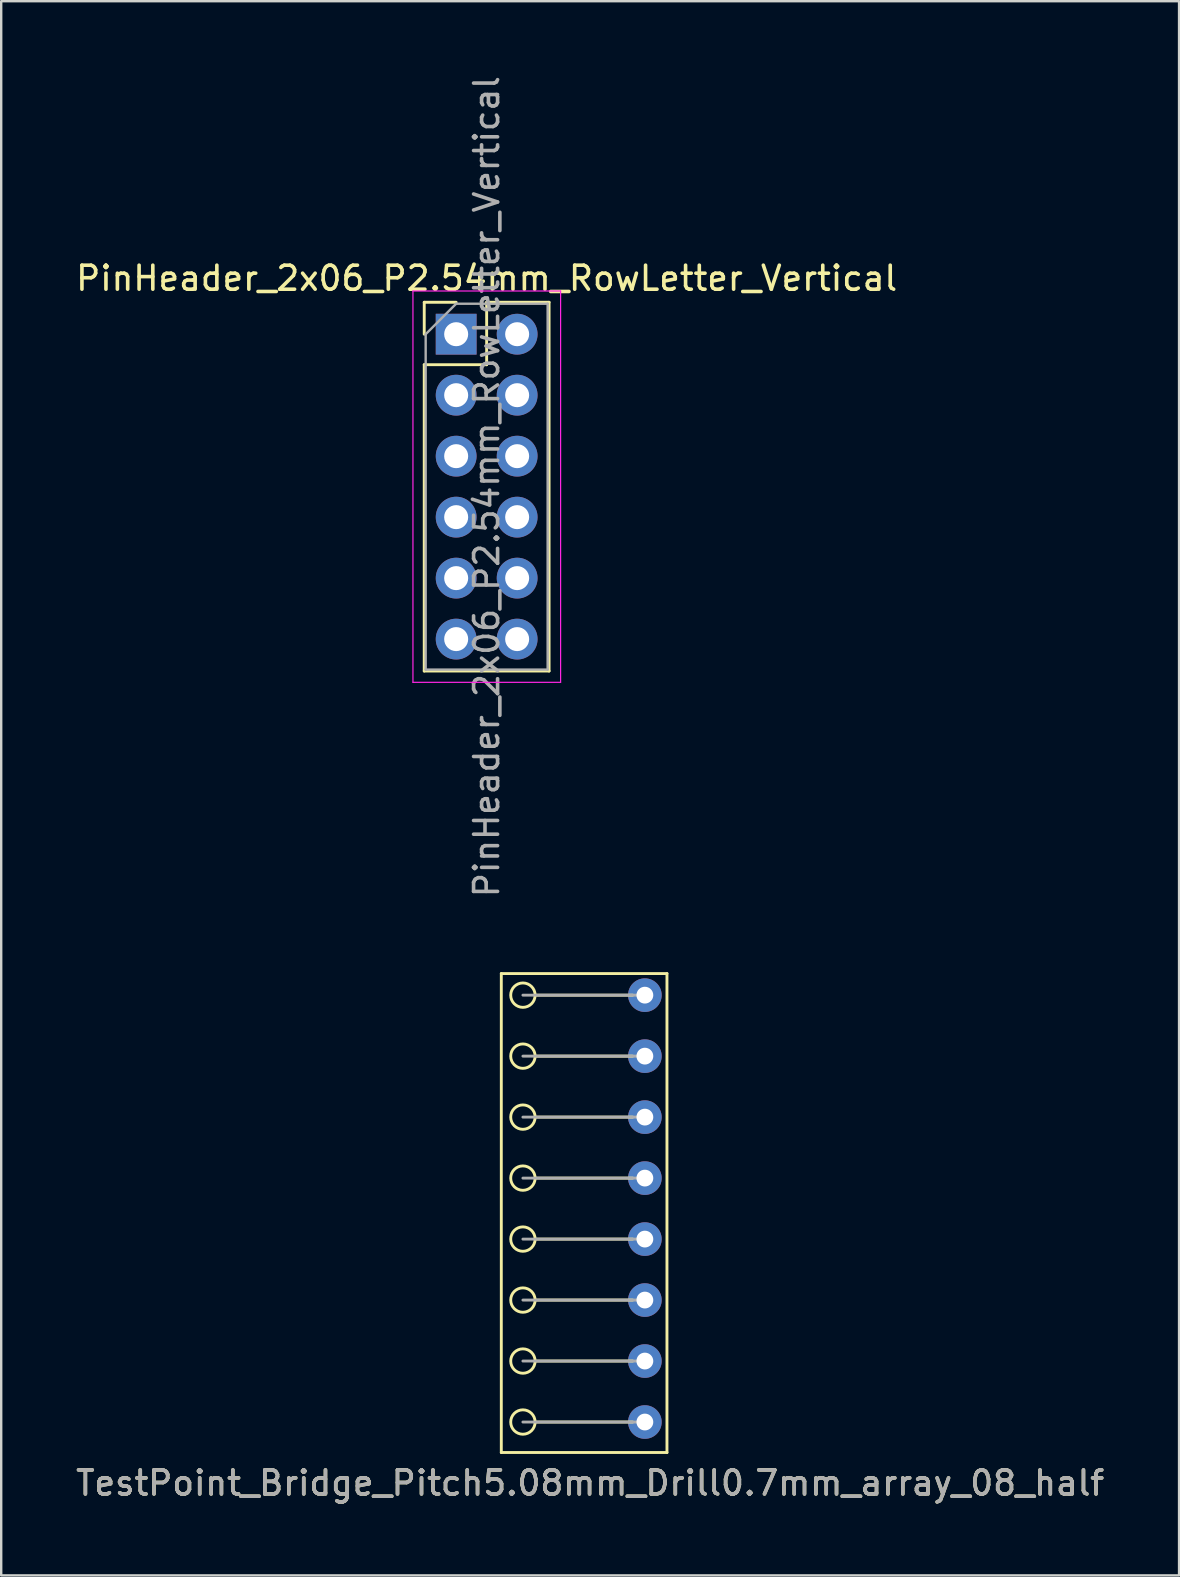
<source format=kicad_pcb>
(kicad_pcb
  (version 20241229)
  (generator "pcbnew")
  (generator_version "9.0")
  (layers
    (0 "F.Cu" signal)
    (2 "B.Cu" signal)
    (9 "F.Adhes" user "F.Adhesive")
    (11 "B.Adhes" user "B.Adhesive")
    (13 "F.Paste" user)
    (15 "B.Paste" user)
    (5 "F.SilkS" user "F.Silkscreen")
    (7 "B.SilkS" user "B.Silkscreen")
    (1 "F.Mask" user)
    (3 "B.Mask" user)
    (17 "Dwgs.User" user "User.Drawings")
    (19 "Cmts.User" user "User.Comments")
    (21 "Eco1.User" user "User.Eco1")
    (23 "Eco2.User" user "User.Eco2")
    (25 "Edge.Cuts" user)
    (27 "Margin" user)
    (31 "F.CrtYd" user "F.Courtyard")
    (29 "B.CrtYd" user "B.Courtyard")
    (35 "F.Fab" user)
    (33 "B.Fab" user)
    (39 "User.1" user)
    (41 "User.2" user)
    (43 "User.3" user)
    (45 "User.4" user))
  (footprint "PinHeader_2x06_P2.54mm_RowLetter_Vertical"
    (layer "F.Cu")
    (at 15.95 10.87)
    (property "Reference" "PinHeader_2x06_P2.54mm_RowLetter_Vertical" (at 1.27 -2.33 0) (layer "F.SilkS") (effects (font (size 1 1) (thickness 0.15))))
    (attr through_hole)
    (fp_line (start -1.33 -1.33) (end 0 -1.33) (stroke (width 0.12) (type solid)) (layer "F.SilkS"))
    (fp_line (start -1.33 0) (end -1.33 -1.33) (stroke (width 0.12) (type solid)) (layer "F.SilkS"))
    (fp_line (start -1.33 1.27) (end -1.33 14.03) (stroke (width 0.12) (type solid)) (layer "F.SilkS"))
    (fp_line (start -1.33 1.27) (end 1.27 1.27) (stroke (width 0.12) (type solid)) (layer "F.SilkS"))
    (fp_line (start -1.33 14.03) (end 3.87 14.03) (stroke (width 0.12) (type solid)) (layer "F.SilkS"))
    (fp_line (start 1.27 -1.33) (end 3.87 -1.33) (stroke (width 0.12) (type solid)) (layer "F.SilkS"))
    (fp_line (start 1.27 1.27) (end 1.27 -1.33) (stroke (width 0.12) (type solid)) (layer "F.SilkS"))
    (fp_line (start 3.87 -1.33) (end 3.87 14.03) (stroke (width 0.12) (type solid)) (layer "F.SilkS"))
    (fp_line (start -1.8 -1.8) (end -1.8 14.5) (stroke (width 0.05) (type solid)) (layer "F.CrtYd"))
    (fp_line (start -1.8 14.5) (end 4.35 14.5) (stroke (width 0.05) (type solid)) (layer "F.CrtYd"))
    (fp_line (start 4.35 -1.8) (end -1.8 -1.8) (stroke (width 0.05) (type solid)) (layer "F.CrtYd"))
    (fp_line (start 4.35 14.5) (end 4.35 -1.8) (stroke (width 0.05) (type solid)) (layer "F.CrtYd"))
    (fp_line (start -1.27 0) (end 0 -1.27) (stroke (width 0.1) (type solid)) (layer "F.Fab"))
    (fp_line (start -1.27 13.97) (end -1.27 0) (stroke (width 0.1) (type solid)) (layer "F.Fab"))
    (fp_line (start 0 -1.27) (end 3.81 -1.27) (stroke (width 0.1) (type solid)) (layer "F.Fab"))
    (fp_line (start 3.81 -1.27) (end 3.81 13.97) (stroke (width 0.1) (type solid)) (layer "F.Fab"))
    (fp_line (start 3.81 13.97) (end -1.27 13.97) (stroke (width 0.1) (type solid)) (layer "F.Fab"))
    (fp_text user "${REFERENCE}" (at 1.27 6.35 90) (layer "F.Fab") (effects (font (size 1 1) (thickness 0.15))))
    (pad "1a" thru_hole rect (at 0 0) (size 1.7 1.7) (drill 1) (layers "*.Cu" "*.Mask"))
    (pad "1b" thru_hole oval (at 2.54 0) (size 1.7 1.7) (drill 1) (layers "*.Cu" "*.Mask"))
    (pad "2a" thru_hole oval (at 0 2.54) (size 1.7 1.7) (drill 1) (layers "*.Cu" "*.Mask"))
    (pad "2b" thru_hole oval (at 2.54 2.54) (size 1.7 1.7) (drill 1) (layers "*.Cu" "*.Mask"))
    (pad "3a" thru_hole oval (at 0 5.08) (size 1.7 1.7) (drill 1) (layers "*.Cu" "*.Mask"))
    (pad "3b" thru_hole oval (at 2.54 5.08) (size 1.7 1.7) (drill 1) (layers "*.Cu" "*.Mask"))
    (pad "4a" thru_hole oval (at 0 7.62) (size 1.7 1.7) (drill 1) (layers "*.Cu" "*.Mask"))
    (pad "4b" thru_hole oval (at 2.54 7.62) (size 1.7 1.7) (drill 1) (layers "*.Cu" "*.Mask"))
    (pad "5a" thru_hole oval (at 0 10.16) (size 1.7 1.7) (drill 1) (layers "*.Cu" "*.Mask"))
    (pad "5b" thru_hole oval (at 2.54 10.16) (size 1.7 1.7) (drill 1) (layers "*.Cu" "*.Mask"))
    (pad "6a" thru_hole oval (at 0 12.7) (size 1.7 1.7) (drill 1) (layers "*.Cu" "*.Mask"))
    (pad "6b" thru_hole oval (at 2.54 12.7) (size 1.7 1.7) (drill 1) (layers "*.Cu" "*.Mask")))
  (footprint "TestPoint_Bridge_Pitch5.08mm_Drill0.7mm_array_08_half"
    (layer "F.Cu")
    (at 18.73 38.4)
    (property "Reference" "TestPoint_Bridge_Pitch5.08mm_Drill0.7mm_array_08_half" (at 2.8 20.32 0) (layer "F.SilkS") (effects (font (size 1 1) (thickness 0.15))))
    (attr exclude_from_pos_files exclude_from_bom)
    (fp_line (start -0.9 -0.9) (end 6 -0.9) (stroke (width 0.12) (type solid)) (layer "F.SilkS"))
    (fp_line (start -0.9 19.05) (end -0.9 -0.9) (stroke (width 0.12) (type solid)) (layer "F.SilkS"))
    (fp_line (start 0.508 0) (end 4.572 0) (stroke (width 0.12) (type solid)) (layer "F.SilkS"))
    (fp_line (start 0.508 2.54) (end 4.572 2.54) (stroke (width 0.12) (type solid)) (layer "F.SilkS"))
    (fp_line (start 0.508 5.08) (end 4.572 5.08) (stroke (width 0.12) (type solid)) (layer "F.SilkS"))
    (fp_line (start 0.508 7.62) (end 4.572 7.62) (stroke (width 0.12) (type solid)) (layer "F.SilkS"))
    (fp_line (start 0.508 10.16) (end 4.572 10.16) (stroke (width 0.12) (type solid)) (layer "F.SilkS"))
    (fp_line (start 0.508 12.7) (end 4.572 12.7) (stroke (width 0.12) (type solid)) (layer "F.SilkS"))
    (fp_line (start 0.508 15.24) (end 4.572 15.24) (stroke (width 0.12) (type solid)) (layer "F.SilkS"))
    (fp_line (start 0.508 17.78) (end 4.572 17.78) (stroke (width 0.12) (type solid)) (layer "F.SilkS"))
    (fp_line (start 6 -0.9) (end 6 19.05) (stroke (width 0.12) (type solid)) (layer "F.SilkS"))
    (fp_line (start 6 19.05) (end -0.9 19.05) (stroke (width 0.12) (type solid)) (layer "F.SilkS"))
    (fp_circle (center 0 0) (end 0.508 0) (stroke (width 0.12) (type solid)) (fill no) (layer "F.SilkS"))
    (fp_circle (center 0 2.54) (end 0.508 2.54) (stroke (width 0.12) (type solid)) (fill no) (layer "F.SilkS"))
    (fp_circle (center 0 5.08) (end 0.508 5.08) (stroke (width 0.12) (type solid)) (fill no) (layer "F.SilkS"))
    (fp_circle (center 0 7.62) (end 0.508 7.62) (stroke (width 0.12) (type solid)) (fill no) (layer "F.SilkS"))
    (fp_circle (center 0 10.16) (end 0.508 10.16) (stroke (width 0.12) (type solid)) (fill no) (layer "F.SilkS"))
    (fp_circle (center 0 12.7) (end 0.508 12.7) (stroke (width 0.12) (type solid)) (fill no) (layer "F.SilkS"))
    (fp_circle (center 0 15.24) (end 0.508 15.24) (stroke (width 0.12) (type solid)) (fill no) (layer "F.SilkS"))
    (fp_circle (center 0 17.78) (end 0.508 17.78) (stroke (width 0.12) (type solid)) (fill no) (layer "F.SilkS"))
    (fp_line (start 5.08 0) (end 0 0) (stroke (width 0.12) (type solid)) (layer "F.Fab"))
    (fp_line (start 5.08 2.54) (end 0 2.54) (stroke (width 0.12) (type solid)) (layer "F.Fab"))
    (fp_line (start 5.08 5.08) (end 0 5.08) (stroke (width 0.12) (type solid)) (layer "F.Fab"))
    (fp_line (start 5.08 7.62) (end 0 7.62) (stroke (width 0.12) (type solid)) (layer "F.Fab"))
    (fp_line (start 5.08 10.16) (end 0 10.16) (stroke (width 0.12) (type solid)) (layer "F.Fab"))
    (fp_line (start 5.08 12.7) (end 0 12.7) (stroke (width 0.12) (type solid)) (layer "F.Fab"))
    (fp_line (start 5.08 15.24) (end 0 15.24) (stroke (width 0.12) (type solid)) (layer "F.Fab"))
    (fp_line (start 5.08 17.78) (end 0 17.78) (stroke (width 0.12) (type solid)) (layer "F.Fab"))
    (fp_text user "${REFERENCE}" (at 2.8 20.32 0) (layer "F.Fab") (effects (font (size 1 1) (thickness 0.15))))
    (pad "1" thru_hole circle (at 5.08 0) (size 1.4 1.4) (drill 0.7) (layers "*.Cu" "*.Mask"))
    (pad "2" thru_hole circle (at 5.08 2.54) (size 1.4 1.4) (drill 0.7) (layers "*.Cu" "*.Mask"))
    (pad "3" thru_hole circle (at 5.08 5.08) (size 1.4 1.4) (drill 0.7) (layers "*.Cu" "*.Mask"))
    (pad "4" thru_hole circle (at 5.08 7.62) (size 1.4 1.4) (drill 0.7) (layers "*.Cu" "*.Mask"))
    (pad "5" thru_hole circle (at 5.08 10.16) (size 1.4 1.4) (drill 0.7) (layers "*.Cu" "*.Mask"))
    (pad "6" thru_hole circle (at 5.08 12.7) (size 1.4 1.4) (drill 0.7) (layers "*.Cu" "*.Mask"))
    (pad "7" thru_hole circle (at 5.08 15.24) (size 1.4 1.4) (drill 0.7) (layers "*.Cu" "*.Mask"))
    (pad "8" thru_hole circle (at 5.08 17.78) (size 1.4 1.4) (drill 0.7) (layers "*.Cu" "*.Mask")))
  (gr_rect
    (start -3 -3)
    (end 46.06 62.569)
    (stroke (width 0.1) (type default))
    (fill no)
    (layer "Edge.Cuts")))
</source>
